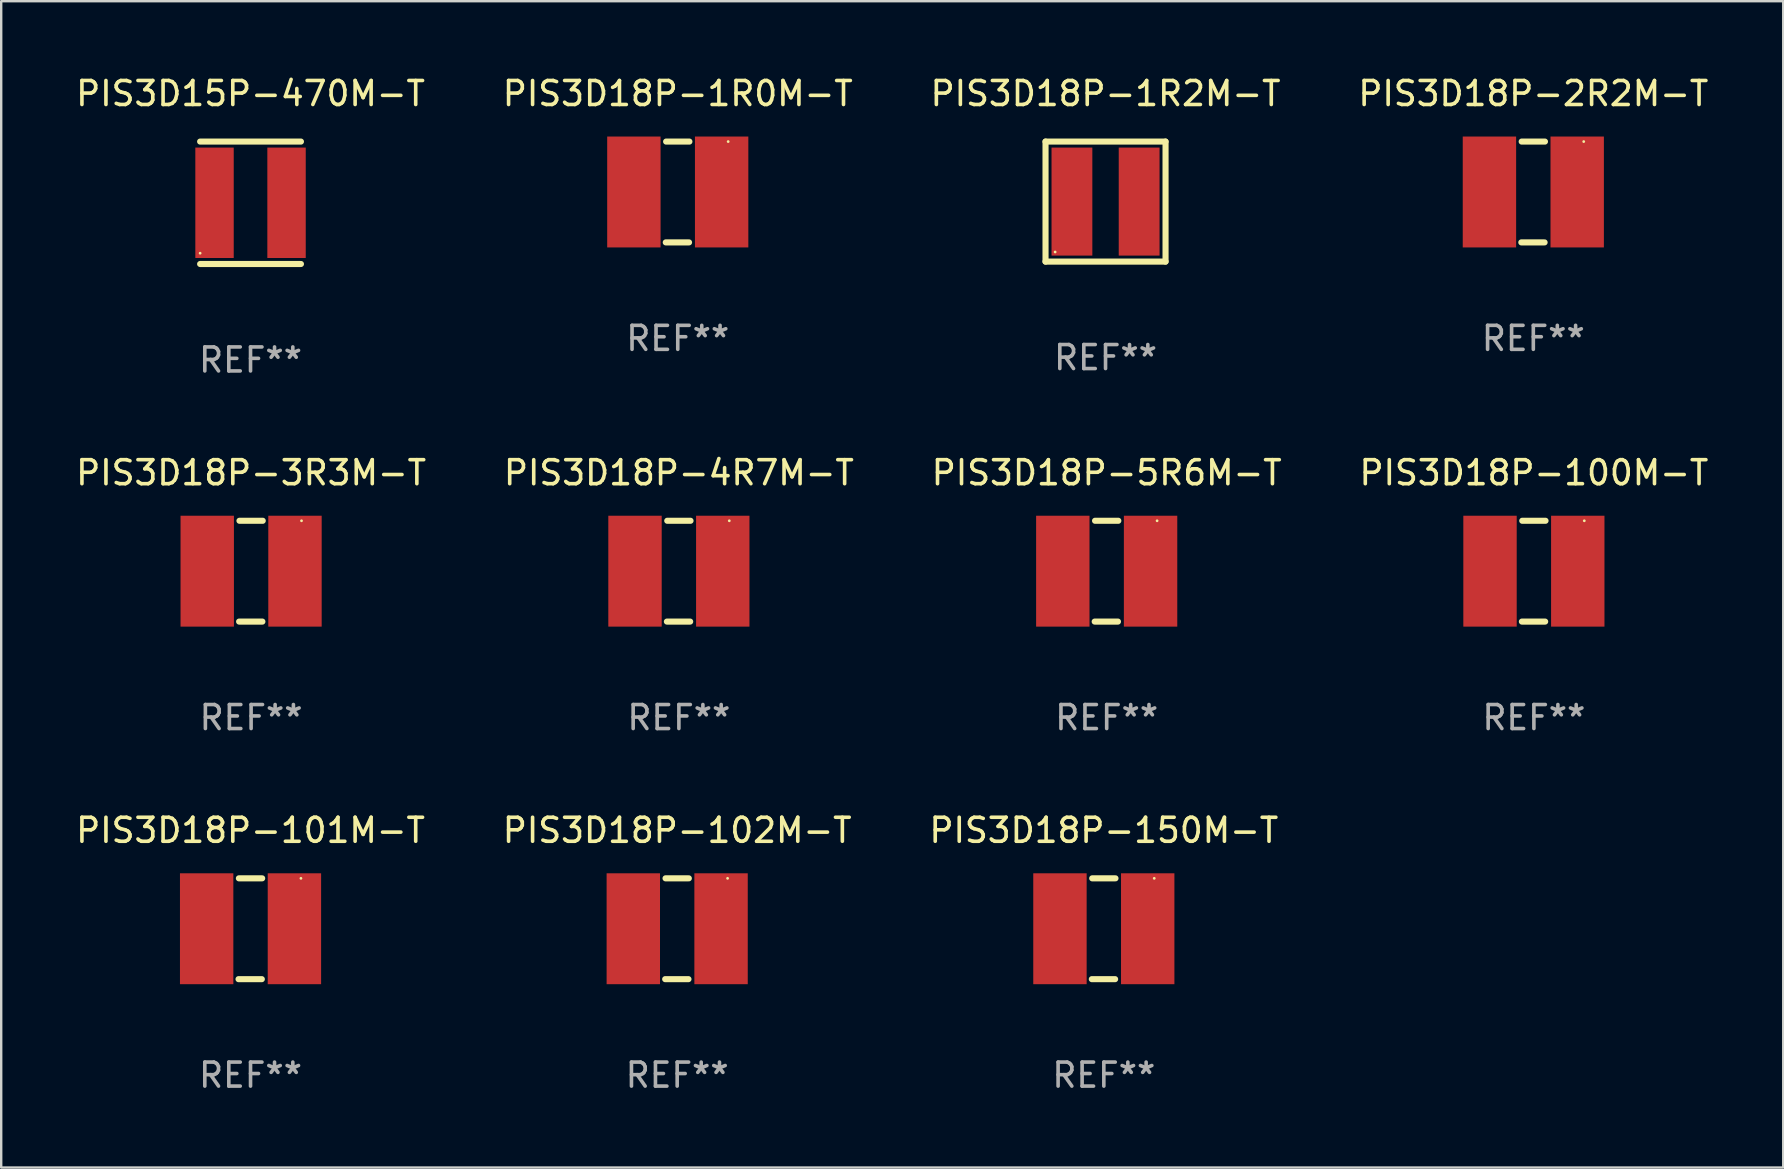
<source format=kicad_pcb>
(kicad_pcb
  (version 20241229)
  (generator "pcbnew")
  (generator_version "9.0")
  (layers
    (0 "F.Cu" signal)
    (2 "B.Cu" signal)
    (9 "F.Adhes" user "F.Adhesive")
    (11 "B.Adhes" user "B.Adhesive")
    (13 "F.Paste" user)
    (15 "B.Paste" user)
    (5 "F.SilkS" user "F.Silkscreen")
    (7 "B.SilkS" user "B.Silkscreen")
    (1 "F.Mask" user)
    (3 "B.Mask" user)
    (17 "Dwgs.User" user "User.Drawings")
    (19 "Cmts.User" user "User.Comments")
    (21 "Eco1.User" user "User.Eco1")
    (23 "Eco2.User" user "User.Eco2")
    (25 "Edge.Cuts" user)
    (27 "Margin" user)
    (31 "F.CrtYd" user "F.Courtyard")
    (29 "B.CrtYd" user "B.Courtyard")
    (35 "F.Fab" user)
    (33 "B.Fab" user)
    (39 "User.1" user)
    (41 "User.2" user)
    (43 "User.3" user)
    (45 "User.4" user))
  (footprint "PIS3D18P-3R3M-T"
    (layer "F.Cu")
    (at 7.411 20.745)
    (property "Reference" "PIS3D18P-3R3M-T" (at 0 -4.1 0) (layer "F.SilkS") (effects (font (size 1 1) (thickness 0.15))))
    (attr through_hole)
    (fp_line (start -0.5 2.1) (end 0.47 2.1) (stroke (width 0.254) (type solid)) (layer "F.SilkS"))
    (fp_line (start -0.485 -2.1) (end 0.485 -2.1) (stroke (width 0.254) (type solid)) (layer "F.SilkS"))
    (fp_circle (center 2.1 -2.1) (end 2.13 -2.1) (stroke (width 0.06) (type solid)) (fill no) (layer "F.SilkS"))
    (fp_text user "REF**" (at 0 6.1 0) (layer "F.Fab") (effects (font (size 1 1) (thickness 0.15))))
    (pad "1" smd rect (at 1.828 0) (size 2.224 4.62) (layers "F.Cu" "F.Mask" "F.Paste"))
    (pad "2" smd rect (at -1.828 0) (size 2.224 4.62) (layers "F.Cu" "F.Mask" "F.Paste")))
  (footprint "PIS3D15P-470M-T"
    (layer "F.Cu")
    (at 7.387 5.398)
    (property "Reference" "PIS3D15P-470M-T" (at 0 -4.55 0) (layer "F.SilkS") (effects (font (size 1 1) (thickness 0.15))))
    (attr through_hole)
    (fp_line (start -2.1 -2.55) (end 2.1 -2.55) (stroke (width 0.254) (type solid)) (layer "F.SilkS"))
    (fp_line (start -2.1 2.55) (end 2.1 2.55) (stroke (width 0.254) (type solid)) (layer "F.SilkS"))
    (fp_circle (center -2.1 2.1) (end -2.07 2.1) (stroke (width 0.06) (type solid)) (fill no) (layer "F.SilkS"))
    (fp_text user "REF**" (at 0 6.55 0) (layer "F.Fab") (effects (font (size 1 1) (thickness 0.15))))
    (pad "1" smd rect (at -1.5 0 90) (size 4.6 1.6) (layers "F.Cu" "F.Mask" "F.Paste"))
    (pad "2" smd rect (at 1.5 0 90) (size 4.6 1.6) (layers "F.Cu" "F.Mask" "F.Paste")))
  (footprint "PIS3D18P-102M-T"
    (layer "F.Cu")
    (at 25.161 35.641)
    (property "Reference" "PIS3D18P-102M-T" (at 0 -4.1 0) (layer "F.SilkS") (effects (font (size 1 1) (thickness 0.15))))
    (attr through_hole)
    (fp_line (start -0.5 2.1) (end 0.47 2.1) (stroke (width 0.254) (type solid)) (layer "F.SilkS"))
    (fp_line (start -0.485 -2.1) (end 0.485 -2.1) (stroke (width 0.254) (type solid)) (layer "F.SilkS"))
    (fp_circle (center 2.1 -2.1) (end 2.13 -2.1) (stroke (width 0.06) (type solid)) (fill no) (layer "F.SilkS"))
    (fp_text user "REF**" (at 0 6.1 0) (layer "F.Fab") (effects (font (size 1 1) (thickness 0.15))))
    (pad "1" smd rect (at 1.828 0) (size 2.224 4.62) (layers "F.Cu" "F.Mask" "F.Paste"))
    (pad "2" smd rect (at -1.828 0) (size 2.224 4.62) (layers "F.Cu" "F.Mask" "F.Paste")))
  (footprint "PIS3D18P-1R0M-T"
    (layer "F.Cu")
    (at 25.185 4.948)
    (property "Reference" "PIS3D18P-1R0M-T" (at 0 -4.1 0) (layer "F.SilkS") (effects (font (size 1 1) (thickness 0.15))))
    (attr through_hole)
    (fp_line (start -0.5 2.1) (end 0.47 2.1) (stroke (width 0.254) (type solid)) (layer "F.SilkS"))
    (fp_line (start -0.485 -2.1) (end 0.485 -2.1) (stroke (width 0.254) (type solid)) (layer "F.SilkS"))
    (fp_circle (center 2.1 -2.1) (end 2.13 -2.1) (stroke (width 0.06) (type solid)) (fill no) (layer "F.SilkS"))
    (fp_text user "REF**" (at 0 6.1 0) (layer "F.Fab") (effects (font (size 1 1) (thickness 0.15))))
    (pad "1" smd rect (at 1.828 0) (size 2.224 4.62) (layers "F.Cu" "F.Mask" "F.Paste"))
    (pad "2" smd rect (at -1.828 0) (size 2.224 4.62) (layers "F.Cu" "F.Mask" "F.Paste")))
  (footprint "PIS3D18P-5R6M-T"
    (layer "F.Cu")
    (at 43.054 20.745)
    (property "Reference" "PIS3D18P-5R6M-T" (at 0 -4.1 0) (layer "F.SilkS") (effects (font (size 1 1) (thickness 0.15))))
    (attr through_hole)
    (fp_line (start -0.5 2.1) (end 0.47 2.1) (stroke (width 0.254) (type solid)) (layer "F.SilkS"))
    (fp_line (start -0.485 -2.1) (end 0.485 -2.1) (stroke (width 0.254) (type solid)) (layer "F.SilkS"))
    (fp_circle (center 2.1 -2.1) (end 2.13 -2.1) (stroke (width 0.06) (type solid)) (fill no) (layer "F.SilkS"))
    (fp_text user "REF**" (at 0 6.1 0) (layer "F.Fab") (effects (font (size 1 1) (thickness 0.15))))
    (pad "1" smd rect (at 1.828 0) (size 2.224 4.62) (layers "F.Cu" "F.Mask" "F.Paste"))
    (pad "2" smd rect (at -1.828 0) (size 2.224 4.62) (layers "F.Cu" "F.Mask" "F.Paste")))
  (footprint "PIS3D18P-4R7M-T"
    (layer "F.Cu")
    (at 25.232 20.745)
    (property "Reference" "PIS3D18P-4R7M-T" (at 0 -4.1 0) (layer "F.SilkS") (effects (font (size 1 1) (thickness 0.15))))
    (attr through_hole)
    (fp_line (start -0.5 2.1) (end 0.47 2.1) (stroke (width 0.254) (type solid)) (layer "F.SilkS"))
    (fp_line (start -0.485 -2.1) (end 0.485 -2.1) (stroke (width 0.254) (type solid)) (layer "F.SilkS"))
    (fp_circle (center 2.1 -2.1) (end 2.13 -2.1) (stroke (width 0.06) (type solid)) (fill no) (layer "F.SilkS"))
    (fp_text user "REF**" (at 0 6.1 0) (layer "F.Fab") (effects (font (size 1 1) (thickness 0.15))))
    (pad "1" smd rect (at 1.828 0) (size 2.224 4.62) (layers "F.Cu" "F.Mask" "F.Paste"))
    (pad "2" smd rect (at -1.828 0) (size 2.224 4.62) (layers "F.Cu" "F.Mask" "F.Paste")))
  (footprint "PIS3D18P-101M-T"
    (layer "F.Cu")
    (at 7.387 35.641)
    (property "Reference" "PIS3D18P-101M-T" (at 0 -4.1 0) (layer "F.SilkS") (effects (font (size 1 1) (thickness 0.15))))
    (attr through_hole)
    (fp_line (start -0.5 2.1) (end 0.47 2.1) (stroke (width 0.254) (type solid)) (layer "F.SilkS"))
    (fp_line (start -0.485 -2.1) (end 0.485 -2.1) (stroke (width 0.254) (type solid)) (layer "F.SilkS"))
    (fp_circle (center 2.1 -2.1) (end 2.13 -2.1) (stroke (width 0.06) (type solid)) (fill no) (layer "F.SilkS"))
    (fp_text user "REF**" (at 0 6.1 0) (layer "F.Fab") (effects (font (size 1 1) (thickness 0.15))))
    (pad "1" smd rect (at 1.828 0) (size 2.224 4.62) (layers "F.Cu" "F.Mask" "F.Paste"))
    (pad "2" smd rect (at -1.828 0) (size 2.224 4.62) (layers "F.Cu" "F.Mask" "F.Paste")))
  (footprint "PIS3D18P-100M-T"
    (layer "F.Cu")
    (at 60.851 20.745)
    (property "Reference" "PIS3D18P-100M-T" (at 0 -4.1 0) (layer "F.SilkS") (effects (font (size 1 1) (thickness 0.15))))
    (attr through_hole)
    (fp_line (start -0.5 2.1) (end 0.47 2.1) (stroke (width 0.254) (type solid)) (layer "F.SilkS"))
    (fp_line (start -0.485 -2.1) (end 0.485 -2.1) (stroke (width 0.254) (type solid)) (layer "F.SilkS"))
    (fp_circle (center 2.1 -2.1) (end 2.13 -2.1) (stroke (width 0.06) (type solid)) (fill no) (layer "F.SilkS"))
    (fp_text user "REF**" (at 0 6.1 0) (layer "F.Fab") (effects (font (size 1 1) (thickness 0.15))))
    (pad "1" smd rect (at 1.828 0) (size 2.224 4.62) (layers "F.Cu" "F.Mask" "F.Paste"))
    (pad "2" smd rect (at -1.828 0) (size 2.224 4.62) (layers "F.Cu" "F.Mask" "F.Paste")))
  (footprint "PIS3D18P-1R2M-T"
    (layer "F.Cu")
    (at 43.006 5.348)
    (property "Reference" "PIS3D18P-1R2M-T" (at 0 -4.5 0) (layer "F.SilkS") (effects (font (size 1 1) (thickness 0.15))))
    (attr through_hole)
    (fp_line (start -2.5 -2.5) (end 2.5 -2.5) (stroke (width 0.254) (type solid)) (layer "F.SilkS"))
    (fp_line (start -2.5 2.5) (end -2.5 -2.5) (stroke (width 0.254) (type solid)) (layer "F.SilkS"))
    (fp_line (start 2.5 -2.5) (end 2.5 2.5) (stroke (width 0.254) (type solid)) (layer "F.SilkS"))
    (fp_line (start 2.5 2.5) (end -2.5 2.5) (stroke (width 0.254) (type solid)) (layer "F.SilkS"))
    (fp_circle (center -2.1 2.1) (end -2.07 2.1) (stroke (width 0.06) (type solid)) (fill no) (layer "F.SilkS"))
    (fp_text user "REF**" (at 0 6.5 0) (layer "F.Fab") (effects (font (size 1 1) (thickness 0.15))))
    (pad "1" smd rect (at -1.4 0 90) (size 4.5 1.7) (layers "F.Cu" "F.Mask" "F.Paste"))
    (pad "2" smd rect (at 1.4 0 90) (size 4.5 1.7) (layers "F.Cu" "F.Mask" "F.Paste")))
  (footprint "PIS3D18P-2R2M-T"
    (layer "F.Cu")
    (at 60.827 4.948)
    (property "Reference" "PIS3D18P-2R2M-T" (at 0 -4.1 0) (layer "F.SilkS") (effects (font (size 1 1) (thickness 0.15))))
    (attr through_hole)
    (fp_line (start -0.5 2.1) (end 0.47 2.1) (stroke (width 0.254) (type solid)) (layer "F.SilkS"))
    (fp_line (start -0.485 -2.1) (end 0.485 -2.1) (stroke (width 0.254) (type solid)) (layer "F.SilkS"))
    (fp_circle (center 2.1 -2.1) (end 2.13 -2.1) (stroke (width 0.06) (type solid)) (fill no) (layer "F.SilkS"))
    (fp_text user "REF**" (at 0 6.1 0) (layer "F.Fab") (effects (font (size 1 1) (thickness 0.15))))
    (pad "1" smd rect (at 1.828 0) (size 2.224 4.62) (layers "F.Cu" "F.Mask" "F.Paste"))
    (pad "2" smd rect (at -1.828 0) (size 2.224 4.62) (layers "F.Cu" "F.Mask" "F.Paste")))
  (footprint "PIS3D18P-150M-T"
    (layer "F.Cu")
    (at 42.935 35.641)
    (property "Reference" "PIS3D18P-150M-T" (at 0 -4.1 0) (layer "F.SilkS") (effects (font (size 1 1) (thickness 0.15))))
    (attr through_hole)
    (fp_line (start -0.5 2.1) (end 0.47 2.1) (stroke (width 0.254) (type solid)) (layer "F.SilkS"))
    (fp_line (start -0.485 -2.1) (end 0.485 -2.1) (stroke (width 0.254) (type solid)) (layer "F.SilkS"))
    (fp_circle (center 2.1 -2.1) (end 2.13 -2.1) (stroke (width 0.06) (type solid)) (fill no) (layer "F.SilkS"))
    (fp_text user "REF**" (at 0 6.1 0) (layer "F.Fab") (effects (font (size 1 1) (thickness 0.15))))
    (pad "1" smd rect (at 1.828 0) (size 2.224 4.62) (layers "F.Cu" "F.Mask" "F.Paste"))
    (pad "2" smd rect (at -1.828 0) (size 2.224 4.62) (layers "F.Cu" "F.Mask" "F.Paste")))
  (gr_rect
    (start -3 -3)
    (end 71.238 45.59)
    (stroke (width 0.1) (type default))
    (fill no)
    (layer "Edge.Cuts")))
</source>
